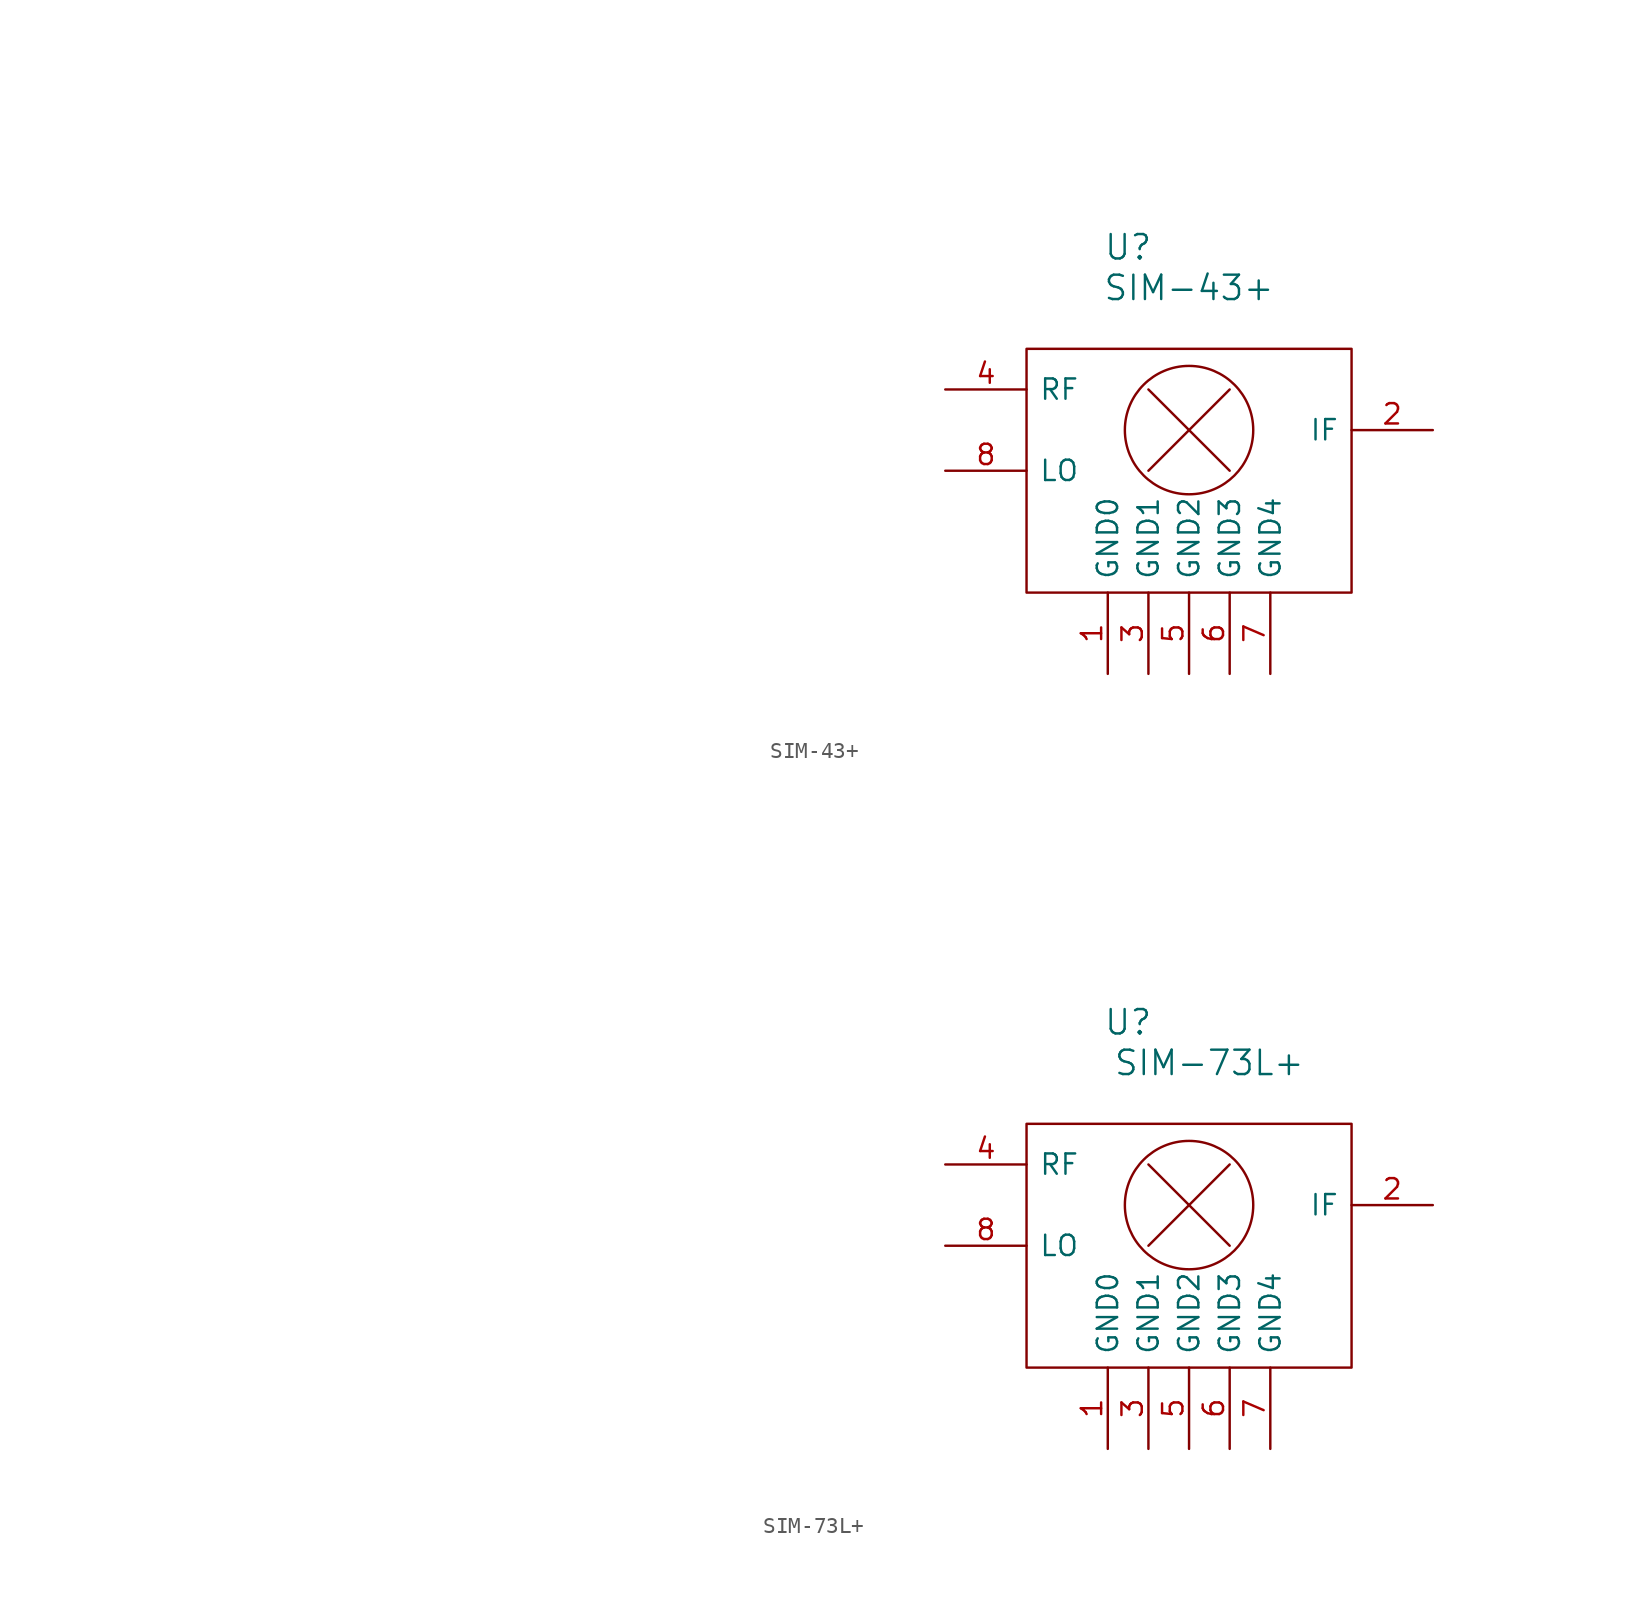
<source format=kicad_sym>
(kicad_symbol_lib
  (version 20211014)
  (generator kicad_symbol_editor)
  (symbol "SIM-43+"
    (pin_names
      (offset 0.762))
    (property "Reference" "U"
      (at 11.43 8.89 0)
      (effects (font (size 1.524 1.524))))
    (property "Value" "SIM-43+"
      (at 15.24 6.35 0)
      (effects (font (size 1.524 1.524))))
    (property "Datasheet" ""
      (at -46.99 16.51 0)
      (effects (font (size 1.524 1.524))))
    (symbol "SIM-43+_0_1"
      (polyline (pts (xy 12.7 -5.08) (xy 17.78 0)) (stroke (width 0) (type default) (color 0 0 0 0)) (fill (type none)))
      (polyline (pts (xy 12.7 0) (xy 17.78 -5.08)) (stroke (width 0) (type default) (color 0 0 0 0)) (fill (type none)))
      (rectangle (start 5.08 2.54) (end 25.4 -12.7) (stroke (width 0) (type default) (color 0 0 0 0)) (fill (type none)))
      (circle (center 15.24 -2.54) (radius 4.013) (stroke (width 0) (type default) (color 0 0 0 0)) (fill (type none))))
    (symbol "SIM-43+_1_1"
      (pin power_in line (at 10.16 -17.78 90) (length 5.08) (name "GND0" (effects (font (size 1.27 1.27)))) (number "1" (effects (font (size 1.27 1.27)))))
      (pin output line (at 30.48 -2.54 180) (length 5.08) (name "IF" (effects (font (size 1.27 1.27)))) (number "2" (effects (font (size 1.27 1.27)))))
      (pin power_in line (at 12.7 -17.78 90) (length 5.08) (name "GND1" (effects (font (size 1.27 1.27)))) (number "3" (effects (font (size 1.27 1.27)))))
      (pin input line (at 0 0 0) (length 5.08) (name "RF" (effects (font (size 1.27 1.27)))) (number "4" (effects (font (size 1.27 1.27)))))
      (pin power_in line (at 15.24 -17.78 90) (length 5.08) (name "GND2" (effects (font (size 1.27 1.27)))) (number "5" (effects (font (size 1.27 1.27)))))
      (pin power_in line (at 17.78 -17.78 90) (length 5.08) (name "GND3" (effects (font (size 1.27 1.27)))) (number "6" (effects (font (size 1.27 1.27)))))
      (pin power_in line (at 20.32 -17.78 90) (length 5.08) (name "GND4" (effects (font (size 1.27 1.27)))) (number "7" (effects (font (size 1.27 1.27)))))
      (pin input line (at 0 -5.08 0) (length 5.08) (name "LO" (effects (font (size 1.27 1.27)))) (number "8" (effects (font (size 1.27 1.27)))))))
  (symbol "SIM-73L+"
    (pin_names
      (offset 0.762))
    (property "Reference" "U"
      (at 11.43 8.89 0)
      (effects (font (size 1.524 1.524))))
    (property "Value" "SIM-73L+"
      (at 16.51 6.35 0)
      (effects (font (size 1.524 1.524))))
    (property "Datasheet" ""
      (at -46.99 16.51 0)
      (effects (font (size 1.524 1.524))))
    (symbol "SIM-73L+_0_1"
      (polyline (pts (xy 12.7 -5.08) (xy 17.78 0)) (stroke (width 0) (type default) (color 0 0 0 0)) (fill (type none)))
      (polyline (pts (xy 12.7 0) (xy 17.78 -5.08)) (stroke (width 0) (type default) (color 0 0 0 0)) (fill (type none)))
      (rectangle (start 5.08 2.54) (end 25.4 -12.7) (stroke (width 0) (type default) (color 0 0 0 0)) (fill (type none)))
      (circle (center 15.24 -2.54) (radius 4.013) (stroke (width 0) (type default) (color 0 0 0 0)) (fill (type none))))
    (symbol "SIM-73L+_1_1"
      (pin power_in line (at 10.16 -17.78 90) (length 5.08) (name "GND0" (effects (font (size 1.27 1.27)))) (number "1" (effects (font (size 1.27 1.27)))))
      (pin output line (at 30.48 -2.54 180) (length 5.08) (name "IF" (effects (font (size 1.27 1.27)))) (number "2" (effects (font (size 1.27 1.27)))))
      (pin power_in line (at 12.7 -17.78 90) (length 5.08) (name "GND1" (effects (font (size 1.27 1.27)))) (number "3" (effects (font (size 1.27 1.27)))))
      (pin input line (at 0 0 0) (length 5.08) (name "RF" (effects (font (size 1.27 1.27)))) (number "4" (effects (font (size 1.27 1.27)))))
      (pin power_in line (at 15.24 -17.78 90) (length 5.08) (name "GND2" (effects (font (size 1.27 1.27)))) (number "5" (effects (font (size 1.27 1.27)))))
      (pin power_in line (at 17.78 -17.78 90) (length 5.08) (name "GND3" (effects (font (size 1.27 1.27)))) (number "6" (effects (font (size 1.27 1.27)))))
      (pin power_in line (at 20.32 -17.78 90) (length 5.08) (name "GND4" (effects (font (size 1.27 1.27)))) (number "7" (effects (font (size 1.27 1.27)))))
      (pin input line (at 0 -5.08 0) (length 5.08) (name "LO" (effects (font (size 1.27 1.27)))) (number "8" (effects (font (size 1.27 1.27))))))))
</source>
